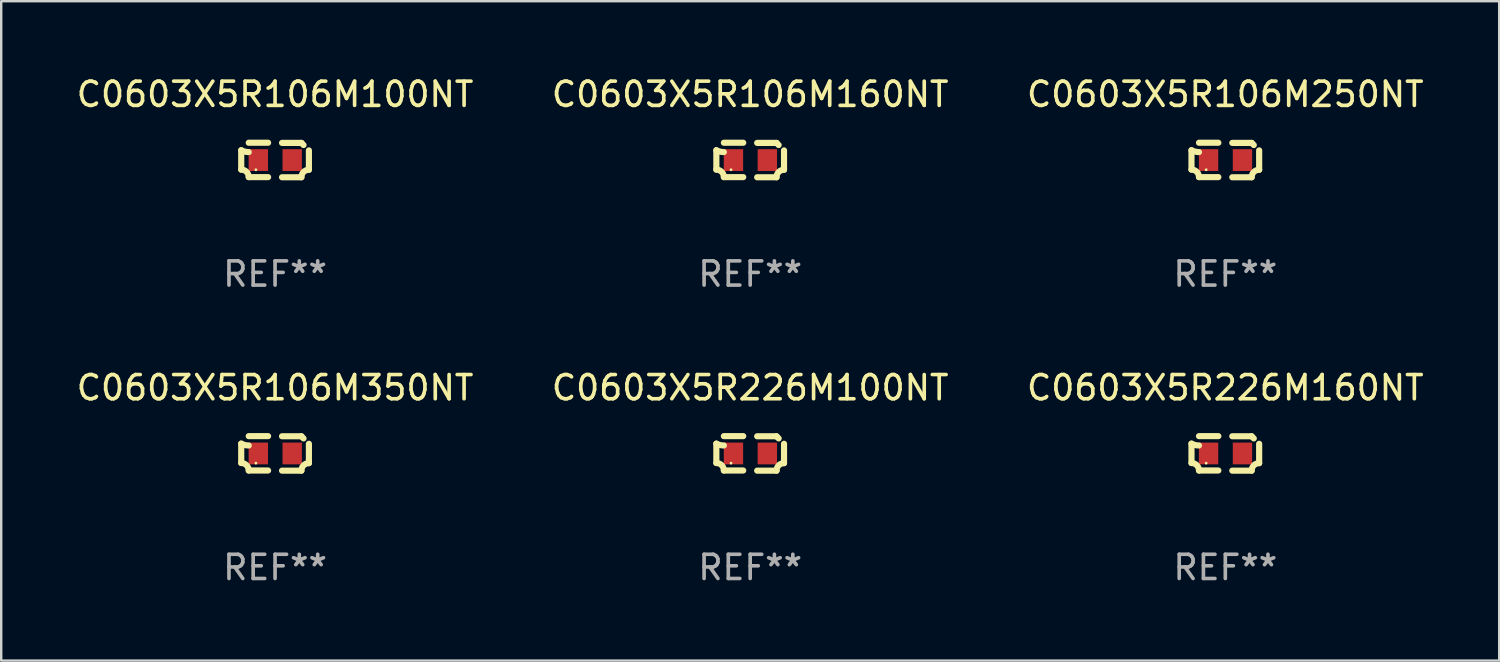
<source format=kicad_pcb>
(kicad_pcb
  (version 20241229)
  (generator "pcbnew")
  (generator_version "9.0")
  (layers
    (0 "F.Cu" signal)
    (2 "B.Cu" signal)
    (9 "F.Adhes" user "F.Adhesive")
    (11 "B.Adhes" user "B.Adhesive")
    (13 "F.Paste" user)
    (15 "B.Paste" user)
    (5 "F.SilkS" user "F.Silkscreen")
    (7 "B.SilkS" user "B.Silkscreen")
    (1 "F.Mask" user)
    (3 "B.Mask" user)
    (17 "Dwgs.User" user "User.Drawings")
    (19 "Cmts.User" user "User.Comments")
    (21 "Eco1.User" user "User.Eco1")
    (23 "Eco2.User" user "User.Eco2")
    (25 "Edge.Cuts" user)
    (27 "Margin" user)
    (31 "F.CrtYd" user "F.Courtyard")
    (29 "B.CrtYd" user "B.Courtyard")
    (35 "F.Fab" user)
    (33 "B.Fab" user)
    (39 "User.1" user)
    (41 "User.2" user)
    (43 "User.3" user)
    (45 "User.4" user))
  (footprint "C0603X5R106M350NT"
    (layer "F.Cu")
    (at 8.315 15.683)
    (property "Reference" "C0603X5R106M350NT" (at 0 -2.713 0) (layer "F.SilkS") (effects (font (size 1 1) (thickness 0.15))))
    (attr through_hole)
    (fp_line (start -1.398 -0.403) (end -1.398 0.397) (stroke (width 0.254) (type solid)) (layer "F.SilkS"))
    (fp_line (start -0.288 -0.713) (end -1.088 -0.713) (stroke (width 0.254) (type solid)) (layer "F.SilkS"))
    (fp_line (start -0.288 0.707) (end -1.088 0.707) (stroke (width 0.254) (type solid)) (layer "F.SilkS"))
    (fp_line (start 0.288 -0.707) (end 1.088 -0.707) (stroke (width 0.254) (type solid)) (layer "F.SilkS"))
    (fp_line (start 0.288 0.713) (end 1.088 0.713) (stroke (width 0.254) (type solid)) (layer "F.SilkS"))
    (fp_line (start 1.398 -0.397) (end 1.398 0.403) (stroke (width 0.254) (type solid)) (layer "F.SilkS"))
    (fp_arc (start -1.397789 0.397066) (mid -1.178701 0.487826) (end -1.08796 0.706922) (stroke (width 0.254001) (type solid)) (layer "F.SilkS"))
    (fp_arc (start -1.08796 -0.327176) (mid -1.247436 -0.346384) (end -1.39779 -0.402908) (stroke (width 0.254001) (type solid)) (layer "F.SilkS"))
    (fp_arc (start 1.087909 0.712738) (mid 1.178656 0.493655) (end 1.397739 0.402908) (stroke (width 0.254001) (type solid)) (layer "F.SilkS"))
    (fp_arc (start 1.175925 -0.618926) (mid 1.131917 -0.662923) (end 1.08791 -0.706922) (stroke (width 0.254001) (type solid)) (layer "F.SilkS"))
    (fp_circle (center -0.792 0.403) (end -0.762 0.403) (stroke (width 0.06) (type solid)) (fill no) (layer "F.SilkS"))
    (fp_text user "REF**" (at 0 4.713 0) (layer "F.Fab") (effects (font (size 1 1) (thickness 0.15))))
    (pad "1" smd rect (at -0.692 0.003) (size 0.8 0.9) (layers "F.Cu" "F.Mask" "F.Paste"))
    (pad "2" smd rect (at 0.708 0.003) (size 0.8 0.9) (layers "F.Cu" "F.Mask" "F.Paste")))
  (footprint "C0603X5R226M160NT"
    (layer "F.Cu")
    (at 47.577 15.683)
    (property "Reference" "C0603X5R226M160NT" (at 0 -2.713 0) (layer "F.SilkS") (effects (font (size 1 1) (thickness 0.15))))
    (attr through_hole)
    (fp_line (start -1.398 -0.403) (end -1.398 0.397) (stroke (width 0.254) (type solid)) (layer "F.SilkS"))
    (fp_line (start -0.288 -0.713) (end -1.088 -0.713) (stroke (width 0.254) (type solid)) (layer "F.SilkS"))
    (fp_line (start -0.288 0.707) (end -1.088 0.707) (stroke (width 0.254) (type solid)) (layer "F.SilkS"))
    (fp_line (start 0.288 -0.707) (end 1.088 -0.707) (stroke (width 0.254) (type solid)) (layer "F.SilkS"))
    (fp_line (start 0.288 0.713) (end 1.088 0.713) (stroke (width 0.254) (type solid)) (layer "F.SilkS"))
    (fp_line (start 1.398 -0.397) (end 1.398 0.403) (stroke (width 0.254) (type solid)) (layer "F.SilkS"))
    (fp_arc (start -1.397789 0.397066) (mid -1.178701 0.487826) (end -1.08796 0.706922) (stroke (width 0.254001) (type solid)) (layer "F.SilkS"))
    (fp_arc (start -1.08796 -0.327176) (mid -1.247436 -0.346384) (end -1.39779 -0.402908) (stroke (width 0.254001) (type solid)) (layer "F.SilkS"))
    (fp_arc (start 1.087909 0.712738) (mid 1.178656 0.493655) (end 1.397739 0.402908) (stroke (width 0.254001) (type solid)) (layer "F.SilkS"))
    (fp_arc (start 1.175925 -0.618926) (mid 1.131917 -0.662923) (end 1.08791 -0.706922) (stroke (width 0.254001) (type solid)) (layer "F.SilkS"))
    (fp_circle (center -0.792 0.403) (end -0.762 0.403) (stroke (width 0.06) (type solid)) (fill no) (layer "F.SilkS"))
    (fp_text user "REF**" (at 0 4.713 0) (layer "F.Fab") (effects (font (size 1 1) (thickness 0.15))))
    (pad "1" smd rect (at -0.692 0.003) (size 0.8 0.9) (layers "F.Cu" "F.Mask" "F.Paste"))
    (pad "2" smd rect (at 0.708 0.003) (size 0.8 0.9) (layers "F.Cu" "F.Mask" "F.Paste")))
  (footprint "C0603X5R106M100NT"
    (layer "F.Cu")
    (at 8.315 3.561)
    (property "Reference" "C0603X5R106M100NT" (at 0 -2.713 0) (layer "F.SilkS") (effects (font (size 1 1) (thickness 0.15))))
    (attr through_hole)
    (fp_line (start -1.398 -0.403) (end -1.398 0.397) (stroke (width 0.254) (type solid)) (layer "F.SilkS"))
    (fp_line (start -0.288 -0.713) (end -1.088 -0.713) (stroke (width 0.254) (type solid)) (layer "F.SilkS"))
    (fp_line (start -0.288 0.707) (end -1.088 0.707) (stroke (width 0.254) (type solid)) (layer "F.SilkS"))
    (fp_line (start 0.288 -0.707) (end 1.088 -0.707) (stroke (width 0.254) (type solid)) (layer "F.SilkS"))
    (fp_line (start 0.288 0.713) (end 1.088 0.713) (stroke (width 0.254) (type solid)) (layer "F.SilkS"))
    (fp_line (start 1.398 -0.397) (end 1.398 0.403) (stroke (width 0.254) (type solid)) (layer "F.SilkS"))
    (fp_arc (start -1.397789 0.397066) (mid -1.178701 0.487826) (end -1.08796 0.706922) (stroke (width 0.254001) (type solid)) (layer "F.SilkS"))
    (fp_arc (start -1.08796 -0.327176) (mid -1.247436 -0.346384) (end -1.39779 -0.402908) (stroke (width 0.254001) (type solid)) (layer "F.SilkS"))
    (fp_arc (start 1.087909 0.712738) (mid 1.178656 0.493655) (end 1.397739 0.402908) (stroke (width 0.254001) (type solid)) (layer "F.SilkS"))
    (fp_arc (start 1.175925 -0.618926) (mid 1.131917 -0.662923) (end 1.08791 -0.706922) (stroke (width 0.254001) (type solid)) (layer "F.SilkS"))
    (fp_circle (center -0.792 0.403) (end -0.762 0.403) (stroke (width 0.06) (type solid)) (fill no) (layer "F.SilkS"))
    (fp_text user "REF**" (at 0 4.713 0) (layer "F.Fab") (effects (font (size 1 1) (thickness 0.15))))
    (pad "1" smd rect (at -0.692 0.003) (size 0.8 0.9) (layers "F.Cu" "F.Mask" "F.Paste"))
    (pad "2" smd rect (at 0.708 0.003) (size 0.8 0.9) (layers "F.Cu" "F.Mask" "F.Paste")))
  (footprint "C0603X5R106M160NT"
    (layer "F.Cu")
    (at 27.946 3.561)
    (property "Reference" "C0603X5R106M160NT" (at 0 -2.713 0) (layer "F.SilkS") (effects (font (size 1 1) (thickness 0.15))))
    (attr through_hole)
    (fp_line (start -1.398 -0.403) (end -1.398 0.397) (stroke (width 0.254) (type solid)) (layer "F.SilkS"))
    (fp_line (start -0.288 -0.713) (end -1.088 -0.713) (stroke (width 0.254) (type solid)) (layer "F.SilkS"))
    (fp_line (start -0.288 0.707) (end -1.088 0.707) (stroke (width 0.254) (type solid)) (layer "F.SilkS"))
    (fp_line (start 0.288 -0.707) (end 1.088 -0.707) (stroke (width 0.254) (type solid)) (layer "F.SilkS"))
    (fp_line (start 0.288 0.713) (end 1.088 0.713) (stroke (width 0.254) (type solid)) (layer "F.SilkS"))
    (fp_line (start 1.398 -0.397) (end 1.398 0.403) (stroke (width 0.254) (type solid)) (layer "F.SilkS"))
    (fp_arc (start -1.397789 0.397066) (mid -1.178701 0.487826) (end -1.08796 0.706922) (stroke (width 0.254001) (type solid)) (layer "F.SilkS"))
    (fp_arc (start -1.08796 -0.327176) (mid -1.247436 -0.346384) (end -1.39779 -0.402908) (stroke (width 0.254001) (type solid)) (layer "F.SilkS"))
    (fp_arc (start 1.087909 0.712738) (mid 1.178656 0.493655) (end 1.397739 0.402908) (stroke (width 0.254001) (type solid)) (layer "F.SilkS"))
    (fp_arc (start 1.175925 -0.618926) (mid 1.131917 -0.662923) (end 1.08791 -0.706922) (stroke (width 0.254001) (type solid)) (layer "F.SilkS"))
    (fp_circle (center -0.792 0.403) (end -0.762 0.403) (stroke (width 0.06) (type solid)) (fill no) (layer "F.SilkS"))
    (fp_text user "REF**" (at 0 4.713 0) (layer "F.Fab") (effects (font (size 1 1) (thickness 0.15))))
    (pad "1" smd rect (at -0.692 0.003) (size 0.8 0.9) (layers "F.Cu" "F.Mask" "F.Paste"))
    (pad "2" smd rect (at 0.708 0.003) (size 0.8 0.9) (layers "F.Cu" "F.Mask" "F.Paste")))
  (footprint "C0603X5R226M100NT"
    (layer "F.Cu")
    (at 27.946 15.683)
    (property "Reference" "C0603X5R226M100NT" (at 0 -2.713 0) (layer "F.SilkS") (effects (font (size 1 1) (thickness 0.15))))
    (attr through_hole)
    (fp_line (start -1.398 -0.403) (end -1.398 0.397) (stroke (width 0.254) (type solid)) (layer "F.SilkS"))
    (fp_line (start -0.288 -0.713) (end -1.088 -0.713) (stroke (width 0.254) (type solid)) (layer "F.SilkS"))
    (fp_line (start -0.288 0.707) (end -1.088 0.707) (stroke (width 0.254) (type solid)) (layer "F.SilkS"))
    (fp_line (start 0.288 -0.707) (end 1.088 -0.707) (stroke (width 0.254) (type solid)) (layer "F.SilkS"))
    (fp_line (start 0.288 0.713) (end 1.088 0.713) (stroke (width 0.254) (type solid)) (layer "F.SilkS"))
    (fp_line (start 1.398 -0.397) (end 1.398 0.403) (stroke (width 0.254) (type solid)) (layer "F.SilkS"))
    (fp_arc (start -1.397789 0.397066) (mid -1.178701 0.487826) (end -1.08796 0.706922) (stroke (width 0.254001) (type solid)) (layer "F.SilkS"))
    (fp_arc (start -1.08796 -0.327176) (mid -1.247436 -0.346384) (end -1.39779 -0.402908) (stroke (width 0.254001) (type solid)) (layer "F.SilkS"))
    (fp_arc (start 1.087909 0.712738) (mid 1.178656 0.493655) (end 1.397739 0.402908) (stroke (width 0.254001) (type solid)) (layer "F.SilkS"))
    (fp_arc (start 1.175925 -0.618926) (mid 1.131917 -0.662923) (end 1.08791 -0.706922) (stroke (width 0.254001) (type solid)) (layer "F.SilkS"))
    (fp_circle (center -0.792 0.403) (end -0.762 0.403) (stroke (width 0.06) (type solid)) (fill no) (layer "F.SilkS"))
    (fp_text user "REF**" (at 0 4.713 0) (layer "F.Fab") (effects (font (size 1 1) (thickness 0.15))))
    (pad "1" smd rect (at -0.692 0.003) (size 0.8 0.9) (layers "F.Cu" "F.Mask" "F.Paste"))
    (pad "2" smd rect (at 0.708 0.003) (size 0.8 0.9) (layers "F.Cu" "F.Mask" "F.Paste")))
  (footprint "C0603X5R106M250NT"
    (layer "F.Cu")
    (at 47.577 3.561)
    (property "Reference" "C0603X5R106M250NT" (at 0 -2.713 0) (layer "F.SilkS") (effects (font (size 1 1) (thickness 0.15))))
    (attr through_hole)
    (fp_line (start -1.398 -0.403) (end -1.398 0.397) (stroke (width 0.254) (type solid)) (layer "F.SilkS"))
    (fp_line (start -0.288 -0.713) (end -1.088 -0.713) (stroke (width 0.254) (type solid)) (layer "F.SilkS"))
    (fp_line (start -0.288 0.707) (end -1.088 0.707) (stroke (width 0.254) (type solid)) (layer "F.SilkS"))
    (fp_line (start 0.288 -0.707) (end 1.088 -0.707) (stroke (width 0.254) (type solid)) (layer "F.SilkS"))
    (fp_line (start 0.288 0.713) (end 1.088 0.713) (stroke (width 0.254) (type solid)) (layer "F.SilkS"))
    (fp_line (start 1.398 -0.397) (end 1.398 0.403) (stroke (width 0.254) (type solid)) (layer "F.SilkS"))
    (fp_arc (start -1.397789 0.397066) (mid -1.178701 0.487826) (end -1.08796 0.706922) (stroke (width 0.254001) (type solid)) (layer "F.SilkS"))
    (fp_arc (start -1.08796 -0.327176) (mid -1.247436 -0.346384) (end -1.39779 -0.402908) (stroke (width 0.254001) (type solid)) (layer "F.SilkS"))
    (fp_arc (start 1.087909 0.712738) (mid 1.178656 0.493655) (end 1.397739 0.402908) (stroke (width 0.254001) (type solid)) (layer "F.SilkS"))
    (fp_arc (start 1.175925 -0.618926) (mid 1.131917 -0.662923) (end 1.08791 -0.706922) (stroke (width 0.254001) (type solid)) (layer "F.SilkS"))
    (fp_circle (center -0.792 0.403) (end -0.762 0.403) (stroke (width 0.06) (type solid)) (fill no) (layer "F.SilkS"))
    (fp_text user "REF**" (at 0 4.713 0) (layer "F.Fab") (effects (font (size 1 1) (thickness 0.15))))
    (pad "1" smd rect (at -0.692 0.003) (size 0.8 0.9) (layers "F.Cu" "F.Mask" "F.Paste"))
    (pad "2" smd rect (at 0.708 0.003) (size 0.8 0.9) (layers "F.Cu" "F.Mask" "F.Paste")))
  (gr_rect
    (start -3 -3)
    (end 58.893 24.244)
    (stroke (width 0.1) (type default))
    (fill no)
    (layer "Edge.Cuts")))
</source>
